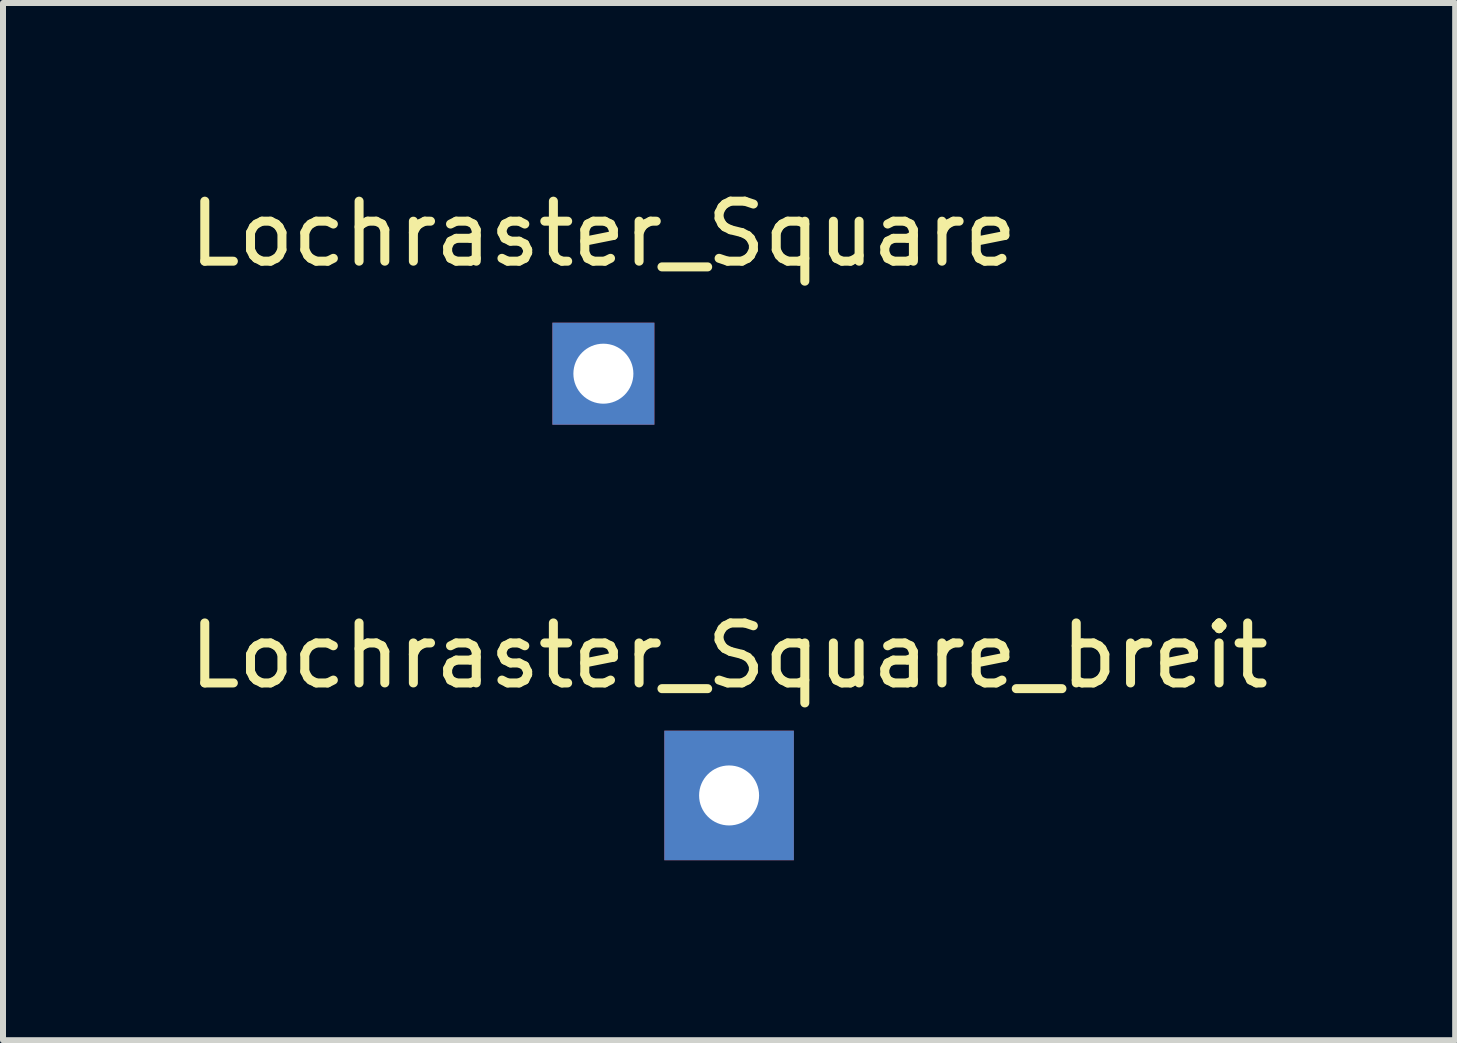
<source format=kicad_pcb>
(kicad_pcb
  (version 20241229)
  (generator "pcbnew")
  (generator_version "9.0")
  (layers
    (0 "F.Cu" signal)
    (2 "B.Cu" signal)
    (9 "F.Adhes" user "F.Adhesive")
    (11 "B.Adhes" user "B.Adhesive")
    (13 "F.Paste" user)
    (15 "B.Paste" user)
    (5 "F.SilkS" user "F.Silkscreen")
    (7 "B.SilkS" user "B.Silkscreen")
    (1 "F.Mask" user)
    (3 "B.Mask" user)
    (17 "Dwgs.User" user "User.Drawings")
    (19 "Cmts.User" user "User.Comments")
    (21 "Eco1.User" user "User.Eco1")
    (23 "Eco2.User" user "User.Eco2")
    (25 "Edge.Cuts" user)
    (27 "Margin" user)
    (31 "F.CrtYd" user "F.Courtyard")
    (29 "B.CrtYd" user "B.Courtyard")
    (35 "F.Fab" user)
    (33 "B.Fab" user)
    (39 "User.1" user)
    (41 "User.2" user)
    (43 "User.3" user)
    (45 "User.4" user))
  (footprint "Lochraster_Square_breit"
    (layer "F.Cu")
    (at 9.101 10.207)
    (property "Reference" "Lochraster_Square_breit" (at 0 -2.33 0) (layer "F.SilkS") (effects (font (size 1 1) (thickness 0.15))))
    (attr through_hole)
    (pad "" thru_hole rect (at 0 0) (size 2.159 2.159) (drill 1) (layers "*.Cu" "*.Mask")))
  (footprint "Lochraster_Square"
    (layer "F.Cu")
    (at 7.006 3.178)
    (property "Reference" "Lochraster_Square" (at 0 -2.33 0) (layer "F.SilkS") (effects (font (size 1 1) (thickness 0.15))))
    (attr through_hole)
    (pad "" thru_hole rect (at 0 0) (size 1.7 1.7) (drill 1) (layers "*.Cu" "*.Mask")))
  (gr_rect
    (start -3 -3)
    (end 21.202 14.286)
    (stroke (width 0.1) (type default))
    (fill no)
    (layer "Edge.Cuts")))
</source>
